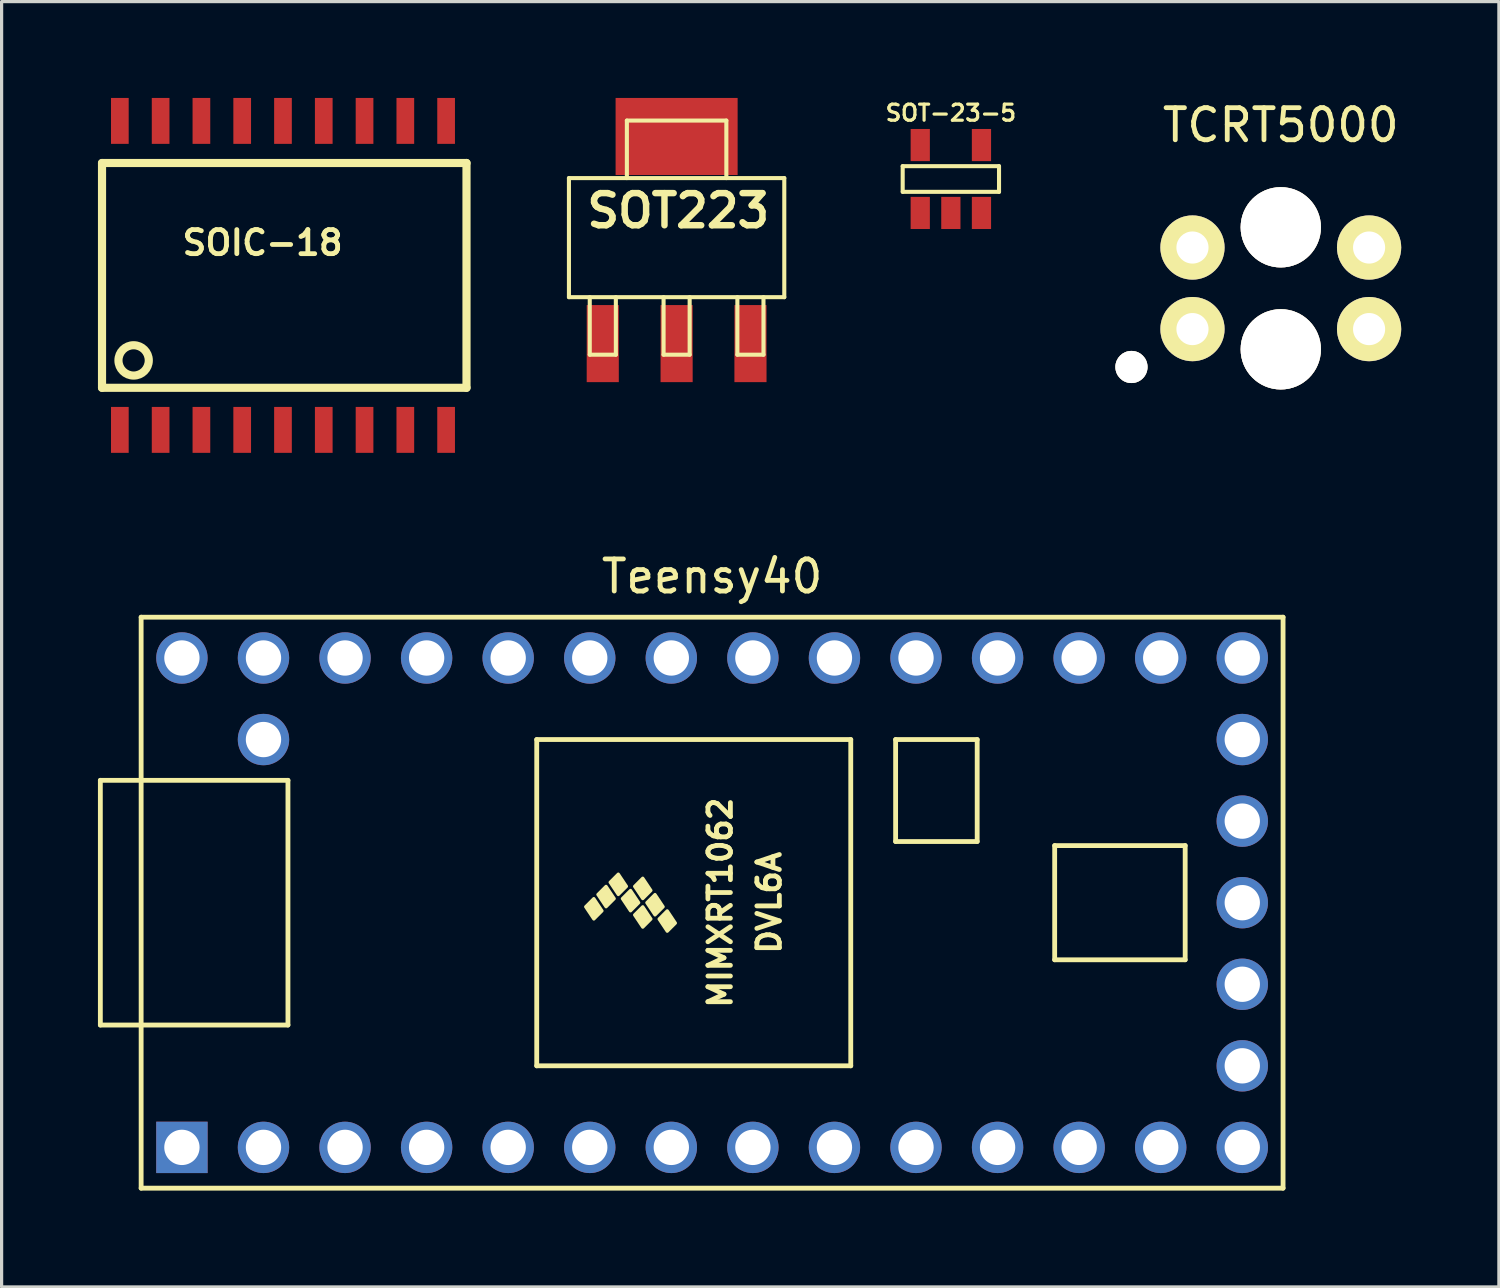
<source format=kicad_pcb>
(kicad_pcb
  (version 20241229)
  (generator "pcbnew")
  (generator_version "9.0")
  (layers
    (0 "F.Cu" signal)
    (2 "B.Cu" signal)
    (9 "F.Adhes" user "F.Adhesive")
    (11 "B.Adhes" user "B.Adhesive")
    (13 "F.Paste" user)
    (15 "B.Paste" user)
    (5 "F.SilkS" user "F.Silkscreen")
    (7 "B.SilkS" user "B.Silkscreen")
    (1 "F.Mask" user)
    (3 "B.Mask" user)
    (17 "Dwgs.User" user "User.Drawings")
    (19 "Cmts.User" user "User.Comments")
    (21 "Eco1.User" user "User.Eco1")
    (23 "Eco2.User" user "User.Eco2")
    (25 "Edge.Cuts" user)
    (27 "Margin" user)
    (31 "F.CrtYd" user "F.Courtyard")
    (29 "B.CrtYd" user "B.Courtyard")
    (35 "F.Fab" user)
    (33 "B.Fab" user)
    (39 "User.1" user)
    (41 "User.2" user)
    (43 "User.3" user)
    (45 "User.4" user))
  (footprint "SOT-23-5"
    (layer "F.Cu")
    (at 26.56 2.524)
    (property "Reference" "SOT-23-5" (at 0 -2.057 0) (layer "F.SilkS") (effects (font (size 0.5 0.5) (thickness 0.099))))
    (attr through_hole)
    (fp_line (start -1.5 -0.4) (end 1.497 -0.4) (stroke (width 0.127) (type solid)) (layer "F.SilkS"))
    (fp_line (start -1.5 0.4) (end -1.5 -0.4) (stroke (width 0.127) (type solid)) (layer "F.SilkS"))
    (fp_line (start 1.5 -0.4) (end 1.5 0.4) (stroke (width 0.127) (type solid)) (layer "F.SilkS"))
    (fp_line (start 1.5 0.4) (end -1.497 0.4) (stroke (width 0.127) (type solid)) (layer "F.SilkS"))
    (pad "1" smd rect (at -0.953 1.057) (size 0.599 1.001) (layers "F.Cu" "F.Mask" "F.Paste"))
    (pad "2" smd rect (at 0 1.057) (size 0.599 1.001) (layers "F.Cu" "F.Mask" "F.Paste"))
    (pad "3" smd rect (at 0.953 1.057) (size 0.599 1.001) (layers "F.Cu" "F.Mask" "F.Paste"))
    (pad "4" smd rect (at 0.953 -1.057) (size 0.599 1.001) (layers "F.Cu" "F.Mask" "F.Paste"))
    (pad "5" smd rect (at -0.953 -1.057) (size 0.599 1.001) (layers "F.Cu" "F.Mask" "F.Paste")))
  (footprint "TCRT5000"
    (layer "F.Cu")
    (at 36.834 5.928)
    (property "Reference" "TCRT5000" (at 0 -5.08 0) (layer "F.SilkS") (effects (font (size 1 1) (thickness 0.15))))
    (attr through_hole)
    (pad "1" thru_hole circle (at 2.75 -1.27) (size 2 2) (drill 1) (layers "*.Cu" "*.Mask" "F.SilkS"))
    (pad "2" thru_hole circle (at 2.75 1.27) (size 2 2) (drill 1) (layers "*.Cu" "*.Mask" "F.SilkS"))
    (pad "3" thru_hole circle (at -2.75 -1.27) (size 2 2) (drill 1) (layers "*.Cu" "*.Mask" "F.SilkS"))
    (pad "4" thru_hole circle (at -2.75 1.27) (size 2 2) (drill 1) (layers "*.Cu" "*.Mask" "F.SilkS"))
    (pad "hole" thru_hole circle (at -4.65 2.45) (size 1 1) (drill 1) (layers "*.Cu" "*.Mask" "F.SilkS"))
    (pad "hole" thru_hole circle (at 0 -1.9) (size 2.5 2.5) (drill 2.5) (layers "*.Cu" "*.Mask" "F.SilkS"))
    (pad "hole" thru_hole circle (at 0 1.9) (size 2.5 2.5) (drill 2.5) (layers "*.Cu" "*.Mask" "F.SilkS")))
  (footprint "SOIC-18"
    (layer "F.Cu")
    (at 5.762 5.526)
    (property "Reference" "SOIC-18" (at -0.635 -1.016 0) (layer "F.SilkS") (effects (font (size 0.749 0.749) (thickness 0.15))))
    (attr through_hole)
    (fp_line (start -5.635 -3.5) (end -5.635 3.5) (stroke (width 0.254) (type solid)) (layer "F.SilkS"))
    (fp_line (start -5.635 3.5) (end 5.715 3.5) (stroke (width 0.254) (type solid)) (layer "F.SilkS"))
    (fp_line (start 5.715 -3.5) (end -5.635 -3.5) (stroke (width 0.254) (type solid)) (layer "F.SilkS"))
    (fp_line (start 5.715 3.5) (end 5.715 -3.5) (stroke (width 0.254) (type solid)) (layer "F.SilkS"))
    (fp_circle (center -4.651 2.647) (end -4.93 3.028) (stroke (width 0.254) (type solid)) (fill no) (layer "F.SilkS"))
    (pad "1" smd rect (at -5.08 4.811) (size 0.551 1.43) (layers "F.Cu" "F.Mask" "F.Paste"))
    (pad "2" smd rect (at -3.81 4.811) (size 0.551 1.43) (layers "F.Cu" "F.Mask" "F.Paste"))
    (pad "3" smd rect (at -2.54 4.811) (size 0.551 1.43) (layers "F.Cu" "F.Mask" "F.Paste"))
    (pad "4" smd rect (at -1.27 4.811) (size 0.551 1.43) (layers "F.Cu" "F.Mask" "F.Paste"))
    (pad "5" smd rect (at 0 4.811) (size 0.551 1.43) (layers "F.Cu" "F.Mask" "F.Paste"))
    (pad "6" smd rect (at 1.27 4.811) (size 0.551 1.43) (layers "F.Cu" "F.Mask" "F.Paste"))
    (pad "7" smd rect (at 2.54 4.811) (size 0.551 1.43) (layers "F.Cu" "F.Mask" "F.Paste"))
    (pad "8" smd rect (at 3.81 4.811) (size 0.551 1.43) (layers "F.Cu" "F.Mask" "F.Paste"))
    (pad "9" smd rect (at 5.08 4.811) (size 0.551 1.43) (layers "F.Cu" "F.Mask" "F.Paste"))
    (pad "10" smd rect (at 5.08 -4.811) (size 0.551 1.43) (layers "F.Cu" "F.Mask" "F.Paste"))
    (pad "11" smd rect (at 3.81 -4.811) (size 0.551 1.43) (layers "F.Cu" "F.Mask" "F.Paste"))
    (pad "12" smd rect (at 2.54 -4.811) (size 0.551 1.43) (layers "F.Cu" "F.Mask" "F.Paste"))
    (pad "13" smd rect (at 1.27 -4.811) (size 0.551 1.43) (layers "F.Cu" "F.Mask" "F.Paste"))
    (pad "14" smd rect (at 0 -4.811) (size 0.551 1.43) (layers "F.Cu" "F.Mask" "F.Paste"))
    (pad "15" smd rect (at -3.81 -4.811) (size 0.551 1.43) (layers "F.Cu" "F.Mask" "F.Paste"))
    (pad "15" smd rect (at -1.27 -4.811) (size 0.551 1.43) (layers "F.Cu" "F.Mask" "F.Paste"))
    (pad "16" smd rect (at -5.08 -4.811) (size 0.551 1.43) (layers "F.Cu" "F.Mask" "F.Paste"))
    (pad "16" smd rect (at -2.54 -4.811) (size 0.551 1.43) (layers "F.Cu" "F.Mask" "F.Paste")))
  (footprint "SOT223"
    (layer "F.Cu")
    (at 18.02 4.35)
    (property "Reference" "SOT223" (at 0.051 -0.838 0) (layer "F.SilkS") (effects (font (size 1.001 1.001) (thickness 0.201))))
    (attr through_hole)
    (fp_line (start -3.353 -1.854) (end 3.353 -1.854) (stroke (width 0.127) (type solid)) (layer "F.SilkS"))
    (fp_line (start -3.353 1.854) (end -3.353 -1.854) (stroke (width 0.127) (type solid)) (layer "F.SilkS"))
    (fp_line (start -2.705 3.645) (end -2.705 1.854) (stroke (width 0.127) (type solid)) (layer "F.SilkS"))
    (fp_line (start -2.705 3.645) (end -1.892 3.645) (stroke (width 0.127) (type solid)) (layer "F.SilkS"))
    (fp_line (start -1.892 3.645) (end -1.892 1.854) (stroke (width 0.127) (type solid)) (layer "F.SilkS"))
    (fp_line (start -1.549 -3.645) (end -1.549 -1.854) (stroke (width 0.127) (type solid)) (layer "F.SilkS"))
    (fp_line (start -1.549 -3.645) (end 1.549 -3.645) (stroke (width 0.127) (type solid)) (layer "F.SilkS"))
    (fp_line (start -0.406 3.645) (end -0.406 1.854) (stroke (width 0.127) (type solid)) (layer "F.SilkS"))
    (fp_line (start -0.406 3.645) (end 0.406 3.645) (stroke (width 0.127) (type solid)) (layer "F.SilkS"))
    (fp_line (start 0.406 3.645) (end 0.406 1.854) (stroke (width 0.127) (type solid)) (layer "F.SilkS"))
    (fp_line (start 1.549 -3.645) (end 1.549 -1.854) (stroke (width 0.127) (type solid)) (layer "F.SilkS"))
    (fp_line (start 1.892 3.645) (end 1.892 1.854) (stroke (width 0.127) (type solid)) (layer "F.SilkS"))
    (fp_line (start 1.892 3.645) (end 2.705 3.645) (stroke (width 0.127) (type solid)) (layer "F.SilkS"))
    (fp_line (start 2.705 3.645) (end 2.705 1.854) (stroke (width 0.127) (type solid)) (layer "F.SilkS"))
    (fp_line (start 3.353 -1.854) (end 3.353 1.854) (stroke (width 0.127) (type solid)) (layer "F.SilkS"))
    (fp_line (start 3.353 1.854) (end -3.353 1.854) (stroke (width 0.127) (type solid)) (layer "F.SilkS"))
    (pad "1" smd rect (at -2.3 3.3) (size 1 2.4) (layers "F.Cu" "F.Mask" "F.Paste"))
    (pad "2" smd rect (at 0 3.3) (size 1 2.4) (layers "F.Cu" "F.Mask" "F.Paste"))
    (pad "3" smd rect (at 2.3 3.3) (size 1 2.4) (layers "F.Cu" "F.Mask" "F.Paste"))
    (pad "4" smd rect (at 0 -3.15) (size 3.8 2.4) (layers "F.Cu" "F.Mask" "F.Paste")))
  (footprint "Teensy40"
    (layer "F.Cu")
    (at 19.125 25.06)
    (property "Reference" "Teensy40" (at 0 -10.16 0) (layer "F.SilkS") (effects (font (size 1 1) (thickness 0.15))))
    (attr through_hole)
    (fp_line (start -19.05 -3.81) (end -17.78 -3.81) (stroke (width 0.15) (type solid)) (layer "F.SilkS"))
    (fp_line (start -19.05 3.81) (end -19.05 -3.81) (stroke (width 0.15) (type solid)) (layer "F.SilkS"))
    (fp_line (start -17.78 -8.89) (end 17.78 -8.89) (stroke (width 0.15) (type solid)) (layer "F.SilkS"))
    (fp_line (start -17.78 3.81) (end -19.05 3.81) (stroke (width 0.15) (type solid)) (layer "F.SilkS"))
    (fp_line (start -17.78 8.89) (end -17.78 -8.89) (stroke (width 0.15) (type solid)) (layer "F.SilkS"))
    (fp_line (start -13.208 -3.81) (end -17.78 -3.81) (stroke (width 0.15) (type solid)) (layer "F.SilkS"))
    (fp_line (start -13.208 3.81) (end -17.78 3.81) (stroke (width 0.15) (type solid)) (layer "F.SilkS"))
    (fp_line (start -13.208 3.81) (end -13.208 -3.81) (stroke (width 0.15) (type solid)) (layer "F.SilkS"))
    (fp_line (start -5.461 -5.08) (end -5.461 5.08) (stroke (width 0.15) (type solid)) (layer "F.SilkS"))
    (fp_line (start 4.318 -5.08) (end -5.461 -5.08) (stroke (width 0.15) (type solid)) (layer "F.SilkS"))
    (fp_line (start 4.318 5.08) (end -5.461 5.08) (stroke (width 0.15) (type solid)) (layer "F.SilkS"))
    (fp_line (start 4.318 5.08) (end 4.318 -5.08) (stroke (width 0.15) (type solid)) (layer "F.SilkS"))
    (fp_line (start 5.715 -5.08) (end 8.255 -5.08) (stroke (width 0.15) (type solid)) (layer "F.SilkS"))
    (fp_line (start 5.715 -1.905) (end 5.715 -5.08) (stroke (width 0.15) (type solid)) (layer "F.SilkS"))
    (fp_line (start 8.255 -5.08) (end 8.255 -1.905) (stroke (width 0.15) (type solid)) (layer "F.SilkS"))
    (fp_line (start 8.255 -1.905) (end 5.715 -1.905) (stroke (width 0.15) (type solid)) (layer "F.SilkS"))
    (fp_line (start 10.668 -1.778) (end 14.732 -1.778) (stroke (width 0.15) (type solid)) (layer "F.SilkS"))
    (fp_line (start 10.668 1.778) (end 10.668 -1.778) (stroke (width 0.15) (type solid)) (layer "F.SilkS"))
    (fp_line (start 14.732 -1.778) (end 14.732 1.778) (stroke (width 0.15) (type solid)) (layer "F.SilkS"))
    (fp_line (start 14.732 1.778) (end 10.668 1.778) (stroke (width 0.15) (type solid)) (layer "F.SilkS"))
    (fp_line (start 17.78 -8.89) (end 17.78 8.89) (stroke (width 0.15) (type solid)) (layer "F.SilkS"))
    (fp_line (start 17.78 8.89) (end -17.78 8.89) (stroke (width 0.15) (type solid)) (layer "F.SilkS"))
    (fp_poly (pts (xy -3.937 0.127) (xy -3.683 -0.127) (xy -3.429 0.254) (xy -3.683 0.508)) (stroke (width 0.1) (type solid)) (fill yes) (layer "F.SilkS"))
    (fp_poly (pts (xy -3.556 -0.254) (xy -3.302 -0.508) (xy -3.048 -0.127) (xy -3.302 0.127)) (stroke (width 0.1) (type solid)) (fill yes) (layer "F.SilkS"))
    (fp_poly (pts (xy -3.175 -0.635) (xy -2.921 -0.889) (xy -2.667 -0.508) (xy -2.921 -0.254)) (stroke (width 0.1) (type solid)) (fill yes) (layer "F.SilkS"))
    (fp_poly (pts (xy -2.794 -0.127) (xy -2.54 -0.381) (xy -2.286 0) (xy -2.54 0.254)) (stroke (width 0.1) (type solid)) (fill yes) (layer "F.SilkS"))
    (fp_poly (pts (xy -2.413 -0.508) (xy -2.159 -0.762) (xy -1.905 -0.381) (xy -2.159 -0.127)) (stroke (width 0.1) (type solid)) (fill yes) (layer "F.SilkS"))
    (fp_poly (pts (xy -2.413 0.381) (xy -2.159 0.127) (xy -1.905 0.508) (xy -2.159 0.762)) (stroke (width 0.1) (type solid)) (fill yes) (layer "F.SilkS"))
    (fp_poly (pts (xy -2.032 0) (xy -1.778 -0.254) (xy -1.524 0.127) (xy -1.778 0.381)) (stroke (width 0.1) (type solid)) (fill yes) (layer "F.SilkS"))
    (fp_poly (pts (xy -1.651 0.508) (xy -1.397 0.254) (xy -1.143 0.635) (xy -1.397 0.889)) (stroke (width 0.1) (type solid)) (fill yes) (layer "F.SilkS"))
    (fp_text user "MIMXRT1062" (at 0.254 0 90) (layer "F.SilkS") (effects (font (size 0.7 0.7) (thickness 0.15))))
    (fp_text user "DVL6A" (at 1.778 0 90) (layer "F.SilkS") (effects (font (size 0.7 0.7) (thickness 0.15))))
    (pad "1" thru_hole rect (at -16.51 7.62) (size 1.6 1.6) (drill 1.1) (layers "*.Cu" "*.Mask"))
    (pad "2" thru_hole circle (at -13.97 7.62) (size 1.6 1.6) (drill 1.1) (layers "*.Cu" "*.Mask"))
    (pad "3" thru_hole circle (at -11.43 7.62) (size 1.6 1.6) (drill 1.1) (layers "*.Cu" "*.Mask"))
    (pad "4" thru_hole circle (at -8.89 7.62) (size 1.6 1.6) (drill 1.1) (layers "*.Cu" "*.Mask"))
    (pad "5" thru_hole circle (at -6.35 7.62) (size 1.6 1.6) (drill 1.1) (layers "*.Cu" "*.Mask"))
    (pad "6" thru_hole circle (at -3.81 7.62) (size 1.6 1.6) (drill 1.1) (layers "*.Cu" "*.Mask"))
    (pad "7" thru_hole circle (at -1.27 7.62) (size 1.6 1.6) (drill 1.1) (layers "*.Cu" "*.Mask"))
    (pad "8" thru_hole circle (at 1.27 7.62) (size 1.6 1.6) (drill 1.1) (layers "*.Cu" "*.Mask"))
    (pad "9" thru_hole circle (at 3.81 7.62) (size 1.6 1.6) (drill 1.1) (layers "*.Cu" "*.Mask"))
    (pad "10" thru_hole circle (at 6.35 7.62) (size 1.6 1.6) (drill 1.1) (layers "*.Cu" "*.Mask"))
    (pad "11" thru_hole circle (at 8.89 7.62) (size 1.6 1.6) (drill 1.1) (layers "*.Cu" "*.Mask"))
    (pad "12" thru_hole circle (at 11.43 7.62) (size 1.6 1.6) (drill 1.1) (layers "*.Cu" "*.Mask"))
    (pad "13" thru_hole circle (at 13.97 7.62) (size 1.6 1.6) (drill 1.1) (layers "*.Cu" "*.Mask"))
    (pad "14" thru_hole circle (at 16.51 7.62) (size 1.6 1.6) (drill 1.1) (layers "*.Cu" "*.Mask"))
    (pad "15" thru_hole circle (at 16.51 5.08) (size 1.6 1.6) (drill 1.1) (layers "*.Cu" "*.Mask"))
    (pad "16" thru_hole circle (at 16.51 2.54) (size 1.6 1.6) (drill 1.1) (layers "*.Cu" "*.Mask"))
    (pad "17" thru_hole circle (at 16.51 0) (size 1.6 1.6) (drill 1.1) (layers "*.Cu" "*.Mask"))
    (pad "18" thru_hole circle (at 16.51 -2.54) (size 1.6 1.6) (drill 1.1) (layers "*.Cu" "*.Mask"))
    (pad "19" thru_hole circle (at 16.51 -5.08) (size 1.6 1.6) (drill 1.1) (layers "*.Cu" "*.Mask"))
    (pad "20" thru_hole circle (at 16.51 -7.62) (size 1.6 1.6) (drill 1.1) (layers "*.Cu" "*.Mask"))
    (pad "21" thru_hole circle (at 13.97 -7.62) (size 1.6 1.6) (drill 1.1) (layers "*.Cu" "*.Mask"))
    (pad "22" thru_hole circle (at 11.43 -7.62) (size 1.6 1.6) (drill 1.1) (layers "*.Cu" "*.Mask"))
    (pad "23" thru_hole circle (at 8.89 -7.62) (size 1.6 1.6) (drill 1.1) (layers "*.Cu" "*.Mask"))
    (pad "24" thru_hole circle (at 6.35 -7.62) (size 1.6 1.6) (drill 1.1) (layers "*.Cu" "*.Mask"))
    (pad "25" thru_hole circle (at 3.81 -7.62) (size 1.6 1.6) (drill 1.1) (layers "*.Cu" "*.Mask"))
    (pad "26" thru_hole circle (at 1.27 -7.62) (size 1.6 1.6) (drill 1.1) (layers "*.Cu" "*.Mask"))
    (pad "27" thru_hole circle (at -1.27 -7.62) (size 1.6 1.6) (drill 1.1) (layers "*.Cu" "*.Mask"))
    (pad "28" thru_hole circle (at -3.81 -7.62) (size 1.6 1.6) (drill 1.1) (layers "*.Cu" "*.Mask"))
    (pad "29" thru_hole circle (at -6.35 -7.62) (size 1.6 1.6) (drill 1.1) (layers "*.Cu" "*.Mask"))
    (pad "30" thru_hole circle (at -8.89 -7.62) (size 1.6 1.6) (drill 1.1) (layers "*.Cu" "*.Mask"))
    (pad "31" thru_hole circle (at -11.43 -7.62) (size 1.6 1.6) (drill 1.1) (layers "*.Cu" "*.Mask"))
    (pad "32" thru_hole circle (at -13.97 -7.62) (size 1.6 1.6) (drill 1.1) (layers "*.Cu" "*.Mask"))
    (pad "33" thru_hole circle (at -16.51 -7.62) (size 1.6 1.6) (drill 1.1) (layers "*.Cu" "*.Mask"))
    (pad "34" thru_hole circle (at -13.97 -5.08) (size 1.6 1.6) (drill 1.1) (layers "*.Cu" "*.Mask")))
  (gr_rect
    (start -3 -3)
    (end 43.626 37.025)
    (stroke (width 0.1) (type default))
    (fill no)
    (layer "Edge.Cuts")))
</source>
